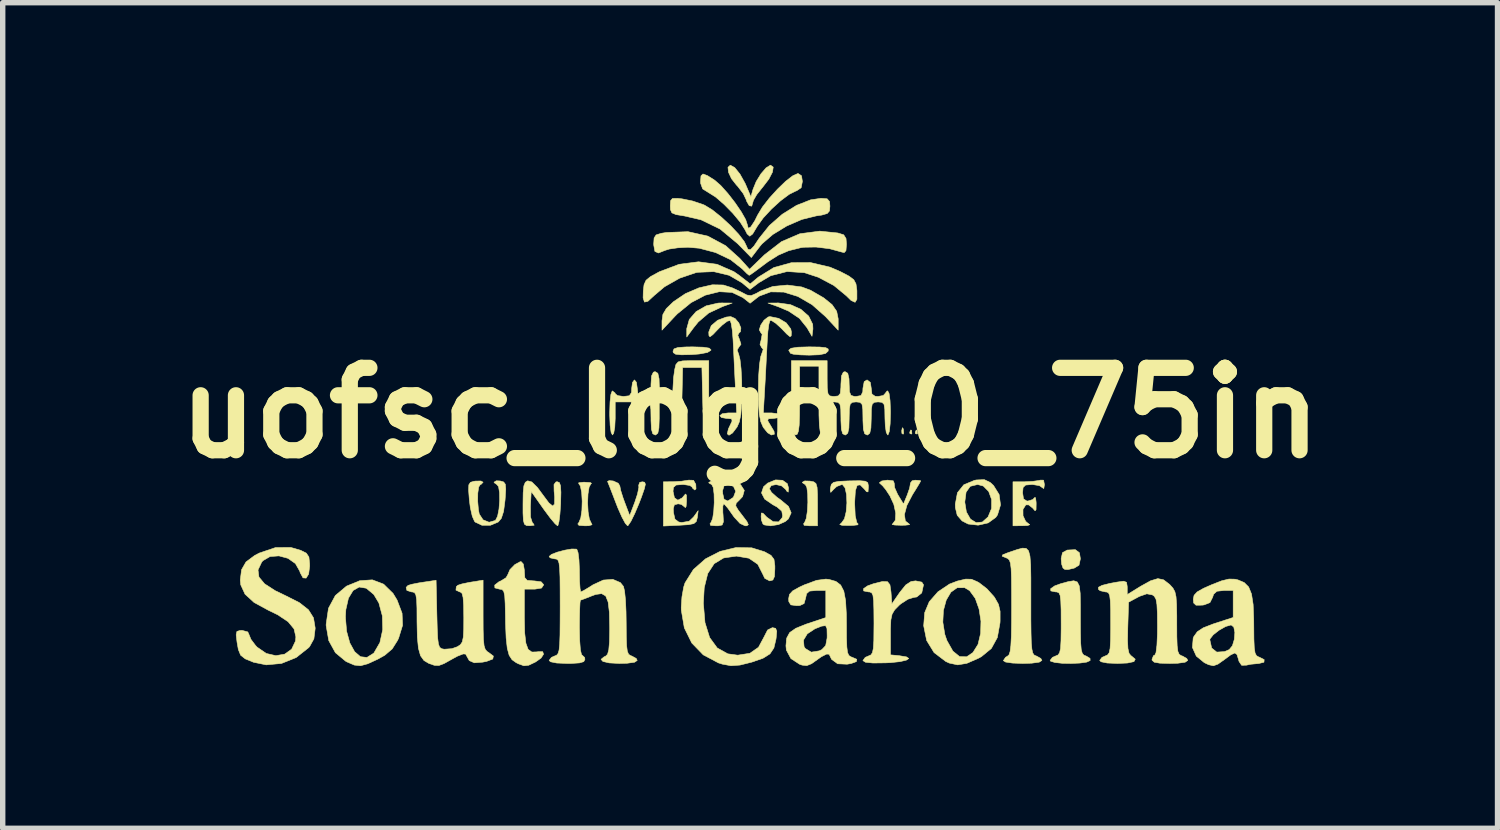
<source format=kicad_pcb>
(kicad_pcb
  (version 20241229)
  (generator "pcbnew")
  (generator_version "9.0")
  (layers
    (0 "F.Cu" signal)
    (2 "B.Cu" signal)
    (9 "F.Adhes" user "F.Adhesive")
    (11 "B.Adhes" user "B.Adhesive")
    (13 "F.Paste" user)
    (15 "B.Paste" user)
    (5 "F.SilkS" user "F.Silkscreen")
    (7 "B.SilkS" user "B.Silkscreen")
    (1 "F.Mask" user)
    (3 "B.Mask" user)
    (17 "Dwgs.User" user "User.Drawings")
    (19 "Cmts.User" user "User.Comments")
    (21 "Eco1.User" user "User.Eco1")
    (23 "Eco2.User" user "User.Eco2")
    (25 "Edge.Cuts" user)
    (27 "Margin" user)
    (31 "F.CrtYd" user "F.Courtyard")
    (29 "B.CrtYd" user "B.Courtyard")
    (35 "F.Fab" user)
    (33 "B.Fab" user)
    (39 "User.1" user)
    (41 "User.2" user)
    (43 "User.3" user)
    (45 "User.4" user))
  (footprint "uofsc_logo_0_75in"
    (layer "F.Cu")
    (at 10.82 4.586)
    (property "Reference" "uofsc_logo_0_75in" (at 0 0 0) (layer "F.SilkS") (effects (font (size 1.524 1.524) (thickness 0.3))))
    (attr through_hole)
    (fp_poly (pts (xy 2.834 0.296) (xy 2.84 0.375) (xy 2.83 0.393) (xy 2.807 0.378) (xy 2.804 0.327) (xy 2.816 0.272) (xy 2.834 0.296)) (stroke (width 0.01) (type solid)) (fill yes) (layer "F.SilkS"))
    (fp_poly (pts (xy 2.986 0.322) (xy 2.992 0.383) (xy 2.986 0.39) (xy 2.956 0.383) (xy 2.952 0.356) (xy 2.971 0.314) (xy 2.986 0.322)) (stroke (width 0.01) (type solid)) (fill yes) (layer "F.SilkS"))
    (fp_poly (pts (xy 3.088 0.322) (xy 3.094 0.383) (xy 3.088 0.39) (xy 3.058 0.383) (xy 3.054 0.356) (xy 3.073 0.314) (xy 3.088 0.322)) (stroke (width 0.01) (type solid)) (fill yes) (layer "F.SilkS"))
    (fp_poly (pts (xy -0.331 -2.032) (xy -0.513 -1.966) (xy -0.765 -1.848) (xy -0.959 -1.682) (xy -1.046 -1.574) (xy -1.171 -1.405) (xy -1.171 -1.559) (xy -1.124 -1.729) (xy -0.997 -1.875) (xy -0.811 -1.981) (xy -0.589 -2.032) (xy -0.525 -2.034) (xy -0.331 -2.032)) (stroke (width 0.01) (type solid)) (fill yes) (layer "F.SilkS"))
    (fp_poly (pts (xy 0.746 -2.003) (xy 0.939 -1.917) (xy 1.083 -1.791) (xy 1.158 -1.639) (xy 1.162 -1.553) (xy 1.145 -1.417) (xy 1.053 -1.575) (xy 0.913 -1.749) (xy 0.711 -1.884) (xy 0.521 -1.964) (xy 0.331 -2.032) (xy 0.524 -2.034) (xy 0.746 -2.003)) (stroke (width 0.01) (type solid)) (fill yes) (layer "F.SilkS"))
    (fp_poly (pts (xy 6.09 2.585) (xy 6.108 2.696) (xy 6.082 2.815) (xy 5.994 2.869) (xy 5.878 2.896) (xy 5.819 2.893) (xy 5.786 2.867) (xy 5.761 2.796) (xy 5.752 2.695) (xy 5.777 2.583) (xy 5.865 2.535) (xy 5.868 2.535) (xy 6.015 2.528) (xy 6.09 2.585)) (stroke (width 0.01) (type solid)) (fill yes) (layer "F.SilkS"))
    (fp_poly (pts (xy 1.288 -1.219) (xy 1.4 -1.207) (xy 1.445 -1.182) (xy 1.444 -1.145) (xy 1.395 -1.1) (xy 1.28 -1.076) (xy 1.097 -1.069) (xy 0.926 -1.074) (xy 0.798 -1.087) (xy 0.747 -1.103) (xy 0.714 -1.16) (xy 0.757 -1.196) (xy 0.884 -1.216) (xy 1.093 -1.222) (xy 1.288 -1.219)) (stroke (width 0.01) (type solid)) (fill yes) (layer "F.SilkS"))
    (fp_poly (pts (xy -0.867 -1.216) (xy -0.757 -1.199) (xy -0.723 -1.168) (xy -0.725 -1.158) (xy -0.789 -1.118) (xy -0.942 -1.09) (xy -1.086 -1.079) (xy -1.271 -1.075) (xy -1.376 -1.086) (xy -1.42 -1.115) (xy -1.425 -1.143) (xy -1.406 -1.185) (xy -1.336 -1.21) (xy -1.196 -1.22) (xy -1.065 -1.222) (xy -0.867 -1.216)) (stroke (width 0.01) (type solid)) (fill yes) (layer "F.SilkS"))
    (fp_poly (pts (xy 1.107 1.26) (xy 1.177 1.274) (xy 1.218 1.305) (xy 1.239 1.376) (xy 1.246 1.508) (xy 1.247 1.684) (xy 1.247 2.087) (xy 1.097 2.087) (xy 0.999 2.078) (xy 0.99 2.047) (xy 1.008 2.026) (xy 1.039 1.95) (xy 1.059 1.817) (xy 1.068 1.656) (xy 1.065 1.5) (xy 1.05 1.379) (xy 1.022 1.324) (xy 1.018 1.323) (xy 0.969 1.291) (xy 0.967 1.281) (xy 1.01 1.257) (xy 1.107 1.26)) (stroke (width 0.01) (type solid)) (fill yes) (layer "F.SilkS"))
    (fp_poly (pts (xy -2.955 1.287) (xy -2.931 1.302) (xy -2.94 1.306) (xy -2.976 1.369) (xy -2.997 1.498) (xy -3.004 1.663) (xy -2.995 1.829) (xy -2.972 1.963) (xy -2.942 2.026) (xy -2.922 2.067) (xy -2.982 2.085) (xy -3.054 2.087) (xy -3.164 2.079) (xy -3.186 2.052) (xy -3.166 2.026) (xy -3.131 1.942) (xy -3.11 1.8) (xy -3.105 1.632) (xy -3.114 1.471) (xy -3.138 1.351) (xy -3.169 1.306) (xy -3.168 1.29) (xy -3.086 1.281) (xy -3.054 1.281) (xy -2.955 1.287)) (stroke (width 0.01) (type solid)) (fill yes) (layer "F.SilkS"))
    (fp_poly (pts (xy -2.53 1.258) (xy -2.438 1.3) (xy -2.409 1.349) (xy -2.392 1.434) (xy -2.348 1.573) (xy -2.317 1.658) (xy -2.226 1.898) (xy -2.131 1.649) (xy -2.081 1.496) (xy -2.057 1.376) (xy -2.06 1.336) (xy -2.04 1.283) (xy -1.991 1.273) (xy -1.95 1.281) (xy -1.936 1.318) (xy -1.955 1.402) (xy -2.007 1.551) (xy -2.056 1.678) (xy -2.134 1.862) (xy -2.203 2.003) (xy -2.254 2.079) (xy -2.266 2.086) (xy -2.307 2.042) (xy -2.37 1.925) (xy -2.445 1.756) (xy -2.47 1.692) (xy -2.541 1.507) (xy -2.598 1.36) (xy -2.632 1.276) (xy -2.636 1.266) (xy -2.606 1.251) (xy -2.53 1.258)) (stroke (width 0.01) (type solid)) (fill yes) (layer "F.SilkS"))
    (fp_poly (pts (xy 0.428 -4.546) (xy 0.414 -4.454) (xy 0.346 -4.323) (xy 0.229 -4.17) (xy 0.221 -4.161) (xy 0.122 -4.036) (xy 0.061 -3.93) (xy 0.051 -3.894) (xy 0.03 -3.824) (xy -0.016 -3.833) (xy -0.062 -3.912) (xy -0.071 -3.941) (xy -0.126 -4.056) (xy -0.226 -4.187) (xy -0.254 -4.217) (xy -0.344 -4.332) (xy -0.399 -4.45) (xy -0.409 -4.542) (xy -0.367 -4.581) (xy -0.364 -4.581) (xy -0.284 -4.537) (xy -0.188 -4.418) (xy -0.093 -4.248) (xy -0.071 -4.198) (xy 0.015 -3.996) (xy 0.054 -4.134) (xy 0.113 -4.279) (xy 0.201 -4.422) (xy 0.296 -4.532) (xy 0.375 -4.581) (xy 0.38 -4.581) (xy 0.428 -4.546)) (stroke (width 0.01) (type solid)) (fill yes) (layer "F.SilkS"))
    (fp_poly (pts (xy 4.44 1.285) (xy 4.501 1.341) (xy 4.605 1.508) (xy 4.631 1.701) (xy 4.575 1.885) (xy 4.542 1.932) (xy 4.402 2.033) (xy 4.218 2.075) (xy 4.032 2.054) (xy 3.92 1.996) (xy 3.83 1.892) (xy 3.796 1.751) (xy 3.794 1.685) (xy 3.802 1.648) (xy 3.97 1.648) (xy 4 1.832) (xy 4.075 1.963) (xy 4.18 2.028) (xy 4.295 2.017) (xy 4.4 1.923) (xy 4.465 1.766) (xy 4.466 1.6) (xy 4.412 1.452) (xy 4.312 1.351) (xy 4.207 1.323) (xy 4.07 1.357) (xy 3.994 1.465) (xy 3.97 1.648) (xy 3.802 1.648) (xy 3.834 1.475) (xy 3.952 1.328) (xy 4.149 1.246) (xy 4.186 1.239) (xy 4.331 1.233) (xy 4.44 1.285)) (stroke (width 0.01) (type solid)) (fill yes) (layer "F.SilkS"))
    (fp_poly (pts (xy 2.648 1.255) (xy 2.665 1.299) (xy 2.673 1.381) (xy 2.726 1.5) (xy 2.739 1.523) (xy 2.837 1.684) (xy 2.906 1.516) (xy 2.95 1.39) (xy 2.965 1.302) (xy 2.965 1.296) (xy 2.997 1.254) (xy 3.054 1.243) (xy 3.137 1.249) (xy 3.156 1.256) (xy 3.131 1.302) (xy 3.067 1.408) (xy 3.003 1.51) (xy 2.899 1.71) (xy 2.854 1.878) (xy 2.871 1.998) (xy 2.94 2.052) (xy 2.949 2.066) (xy 2.874 2.075) (xy 2.8 2.077) (xy 2.678 2.073) (xy 2.626 2.062) (xy 2.634 2.053) (xy 2.686 1.983) (xy 2.693 1.852) (xy 2.658 1.691) (xy 2.585 1.533) (xy 2.507 1.415) (xy 2.445 1.341) (xy 2.433 1.332) (xy 2.39 1.292) (xy 2.434 1.258) (xy 2.541 1.242) (xy 2.648 1.255)) (stroke (width 0.01) (type solid)) (fill yes) (layer "F.SilkS"))
    (fp_poly (pts (xy 5.427 1.243) (xy 5.443 1.326) (xy 5.442 1.331) (xy 5.431 1.398) (xy 5.413 1.387) (xy 5.349 1.344) (xy 5.229 1.324) (xy 5.213 1.323) (xy 5.095 1.333) (xy 5.048 1.378) (xy 5.039 1.476) (xy 5.056 1.589) (xy 5.116 1.628) (xy 5.137 1.629) (xy 5.23 1.6) (xy 5.26 1.565) (xy 5.278 1.566) (xy 5.289 1.647) (xy 5.29 1.677) (xy 5.288 1.788) (xy 5.27 1.81) (xy 5.225 1.758) (xy 5.15 1.699) (xy 5.098 1.7) (xy 5.046 1.783) (xy 5.047 1.901) (xy 5.096 2.005) (xy 5.128 2.032) (xy 5.171 2.066) (xy 5.131 2.082) (xy 5.039 2.085) (xy 4.861 2.087) (xy 4.861 1.273) (xy 5.073 1.273) (xy 5.227 1.265) (xy 5.347 1.248) (xy 5.366 1.242) (xy 5.427 1.243)) (stroke (width 0.01) (type solid)) (fill yes) (layer "F.SilkS"))
    (fp_poly (pts (xy 0.6 1.245) (xy 0.689 1.308) (xy 0.711 1.388) (xy 0.705 1.464) (xy 0.678 1.446) (xy 0.658 1.413) (xy 0.582 1.348) (xy 0.48 1.324) (xy 0.392 1.342) (xy 0.356 1.399) (xy 0.396 1.469) (xy 0.498 1.56) (xy 0.56 1.603) (xy 0.71 1.728) (xy 0.76 1.847) (xy 0.708 1.959) (xy 0.65 2.008) (xy 0.525 2.064) (xy 0.381 2.087) (xy 0.265 2.071) (xy 0.238 2.053) (xy 0.209 1.979) (xy 0.204 1.916) (xy 0.208 1.85) (xy 0.238 1.854) (xy 0.31 1.928) (xy 0.427 2.011) (xy 0.529 2.014) (xy 0.593 1.937) (xy 0.601 1.901) (xy 0.586 1.815) (xy 0.499 1.739) (xy 0.423 1.698) (xy 0.27 1.593) (xy 0.211 1.479) (xy 0.249 1.365) (xy 0.327 1.296) (xy 0.47 1.238) (xy 0.6 1.245)) (stroke (width 0.01) (type solid)) (fill yes) (layer "F.SilkS"))
    (fp_poly (pts (xy 2.13 1.262) (xy 2.176 1.289) (xy 2.187 1.344) (xy 2.187 1.374) (xy 2.181 1.46) (xy 2.152 1.455) (xy 2.118 1.413) (xy 2.036 1.33) (xy 1.98 1.338) (xy 1.947 1.437) (xy 1.935 1.633) (xy 1.934 1.676) (xy 1.944 1.9) (xy 1.973 2.026) (xy 1.998 2.053) (xy 1.992 2.069) (xy 1.905 2.079) (xy 1.832 2.081) (xy 1.7 2.078) (xy 1.658 2.063) (xy 1.692 2.032) (xy 1.745 1.957) (xy 1.777 1.825) (xy 1.79 1.665) (xy 1.783 1.508) (xy 1.756 1.385) (xy 1.709 1.325) (xy 1.698 1.323) (xy 1.601 1.36) (xy 1.544 1.413) (xy 1.492 1.469) (xy 1.482 1.438) (xy 1.487 1.383) (xy 1.503 1.319) (xy 1.546 1.283) (xy 1.641 1.265) (xy 1.81 1.257) (xy 1.845 1.256) (xy 2.027 1.253) (xy 2.13 1.262)) (stroke (width 0.01) (type solid)) (fill yes) (layer "F.SilkS"))
    (fp_poly (pts (xy -4.036 1.276) (xy -3.932 1.379) (xy -3.833 1.513) (xy -3.721 1.663) (xy -3.65 1.721) (xy -3.616 1.684) (xy -3.614 1.553) (xy -3.624 1.445) (xy -3.626 1.323) (xy -3.589 1.275) (xy -3.566 1.272) (xy -3.526 1.288) (xy -3.505 1.347) (xy -3.498 1.468) (xy -3.503 1.671) (xy -3.503 1.68) (xy -3.516 1.869) (xy -3.534 2.011) (xy -3.554 2.083) (xy -3.56 2.087) (xy -3.606 2.048) (xy -3.692 1.946) (xy -3.801 1.8) (xy -3.823 1.769) (xy -4.047 1.451) (xy -4.062 1.726) (xy -4.06 1.924) (xy -4.026 2.03) (xy -4.011 2.043) (xy -3.992 2.075) (xy -4.07 2.086) (xy -4.072 2.086) (xy -4.135 2.082) (xy -4.173 2.056) (xy -4.192 1.985) (xy -4.199 1.851) (xy -4.199 1.682) (xy -4.196 1.475) (xy -4.183 1.348) (xy -4.156 1.282) (xy -4.113 1.255) (xy -4.036 1.276)) (stroke (width 0.01) (type solid)) (fill yes) (layer "F.SilkS"))
    (fp_poly (pts (xy 6.05 3.125) (xy 6.087 3.198) (xy 6.104 3.334) (xy 6.108 3.549) (xy 6.108 3.786) (xy 6.109 4.061) (xy 6.113 4.251) (xy 6.123 4.373) (xy 6.142 4.443) (xy 6.171 4.478) (xy 6.214 4.495) (xy 6.215 4.495) (xy 6.286 4.538) (xy 6.288 4.578) (xy 6.225 4.607) (xy 6.098 4.625) (xy 5.936 4.632) (xy 5.772 4.629) (xy 5.635 4.614) (xy 5.557 4.59) (xy 5.548 4.576) (xy 5.591 4.52) (xy 5.65 4.494) (xy 5.694 4.475) (xy 5.723 4.434) (xy 5.741 4.353) (xy 5.749 4.212) (xy 5.752 3.996) (xy 5.752 3.888) (xy 5.751 3.638) (xy 5.745 3.473) (xy 5.733 3.374) (xy 5.71 3.326) (xy 5.674 3.31) (xy 5.65 3.309) (xy 5.561 3.291) (xy 5.558 3.25) (xy 5.632 3.198) (xy 5.739 3.159) (xy 5.884 3.119) (xy 5.985 3.103) (xy 6.05 3.125)) (stroke (width 0.01) (type solid)) (fill yes) (layer "F.SilkS"))
    (fp_poly (pts (xy -0.495 -2.366) (xy -0.333 -2.315) (xy -0.17 -2.239) (xy -0.165 -2.236) (xy -0.058 -2.18) (xy 0.02 -2.17) (xy 0.114 -2.21) (xy 0.19 -2.253) (xy 0.419 -2.339) (xy 0.689 -2.365) (xy 0.955 -2.33) (xy 1.12 -2.268) (xy 1.36 -2.129) (xy 1.515 -2.004) (xy 1.601 -1.88) (xy 1.629 -1.741) (xy 1.629 -1.727) (xy 1.629 -1.531) (xy 1.395 -1.782) (xy 1.146 -2.002) (xy 0.884 -2.154) (xy 0.623 -2.235) (xy 0.381 -2.239) (xy 0.173 -2.162) (xy 0.134 -2.134) (xy 0 -2.029) (xy -0.134 -2.134) (xy -0.333 -2.229) (xy -0.569 -2.242) (xy -0.828 -2.178) (xy -1.091 -2.04) (xy -1.344 -1.834) (xy -1.395 -1.782) (xy -1.629 -1.531) (xy -1.629 -1.703) (xy -1.612 -1.823) (xy -1.549 -1.93) (xy -1.419 -2.055) (xy -1.414 -2.059) (xy -1.196 -2.206) (xy -0.947 -2.313) (xy -0.699 -2.37) (xy -0.495 -2.366)) (stroke (width 0.01) (type solid)) (fill yes) (layer "F.SilkS"))
    (fp_poly (pts (xy -4.618 1.258) (xy -4.557 1.276) (xy -4.526 1.318) (xy -4.518 1.408) (xy -4.528 1.57) (xy -4.531 1.612) (xy -4.558 1.82) (xy -4.6 1.949) (xy -4.656 2.016) (xy -4.802 2.077) (xy -4.958 2.077) (xy -5.083 2.018) (xy -5.096 2.003) (xy -5.137 1.91) (xy -5.173 1.752) (xy -5.192 1.6) (xy -5.205 1.426) (xy -5.201 1.329) (xy -5.171 1.283) (xy -5.108 1.264) (xy -5.078 1.26) (xy -4.977 1.258) (xy -4.937 1.281) (xy -4.976 1.322) (xy -4.988 1.323) (xy -5.018 1.369) (xy -5.035 1.482) (xy -5.037 1.632) (xy -5.024 1.784) (xy -5.008 1.869) (xy -4.938 1.976) (xy -4.826 2.021) (xy -4.712 1.988) (xy -4.706 1.983) (xy -4.669 1.909) (xy -4.643 1.777) (xy -4.631 1.622) (xy -4.633 1.473) (xy -4.651 1.363) (xy -4.683 1.323) (xy -4.732 1.29) (xy -4.734 1.28) (xy -4.692 1.254) (xy -4.618 1.258)) (stroke (width 0.01) (type solid)) (fill yes) (layer "F.SilkS"))
    (fp_poly (pts (xy 1.425 -3.96) (xy 1.469 -3.91) (xy 1.476 -3.824) (xy 1.468 -3.736) (xy 1.427 -3.688) (xy 1.326 -3.659) (xy 1.223 -3.644) (xy 0.956 -3.578) (xy 0.677 -3.457) (xy 0.42 -3.3) (xy 0.22 -3.127) (xy 0.179 -3.078) (xy 0.023 -2.873) (xy -0.23 -3.131) (xy -0.554 -3.4) (xy -0.908 -3.572) (xy -1.216 -3.643) (xy -1.369 -3.668) (xy -1.446 -3.7) (xy -1.473 -3.76) (xy -1.476 -3.831) (xy -1.47 -3.925) (xy -1.435 -3.966) (xy -1.341 -3.968) (xy -1.258 -3.959) (xy -1.062 -3.919) (xy -0.865 -3.852) (xy -0.838 -3.84) (xy -0.696 -3.753) (xy -0.529 -3.619) (xy -0.359 -3.462) (xy -0.211 -3.304) (xy -0.107 -3.168) (xy -0.077 -3.107) (xy -0.041 -3.027) (xy 0.005 -3.018) (xy 0.072 -3.086) (xy 0.169 -3.231) (xy 0.357 -3.466) (xy 0.595 -3.674) (xy 0.858 -3.838) (xy 1.12 -3.941) (xy 1.311 -3.969) (xy 1.425 -3.96)) (stroke (width 0.01) (type solid)) (fill yes) (layer "F.SilkS"))
    (fp_poly (pts (xy -1.046 1.245) (xy -1.004 1.319) (xy -1 1.403) (xy -1.023 1.425) (xy -1.068 1.386) (xy -1.069 1.374) (xy -1.114 1.341) (xy -1.224 1.324) (xy -1.247 1.323) (xy -1.368 1.333) (xy -1.417 1.376) (xy -1.425 1.448) (xy -1.399 1.568) (xy -1.336 1.613) (xy -1.255 1.57) (xy -1.239 1.551) (xy -1.194 1.498) (xy -1.176 1.521) (xy -1.175 1.632) (xy -1.183 1.73) (xy -1.2 1.752) (xy -1.204 1.743) (xy -1.27 1.691) (xy -1.331 1.68) (xy -1.4 1.698) (xy -1.42 1.771) (xy -1.416 1.845) (xy -1.389 1.964) (xy -1.321 2.016) (xy -1.265 2.026) (xy -1.126 2.002) (xy -1.045 1.924) (xy -0.96 1.807) (xy -0.976 1.934) (xy -0.994 2.006) (xy -1.04 2.046) (xy -1.14 2.066) (xy -1.298 2.076) (xy -1.603 2.091) (xy -1.603 1.273) (xy -1.425 1.272) (xy -1.27 1.263) (xy -1.142 1.243) (xy -1.14 1.242) (xy -1.046 1.245)) (stroke (width 0.01) (type solid)) (fill yes) (layer "F.SilkS"))
    (fp_poly (pts (xy -6.776 3.166) (xy -6.602 3.337) (xy -6.528 3.459) (xy -6.435 3.704) (xy -6.426 3.927) (xy -6.499 4.164) (xy -6.519 4.206) (xy -6.618 4.363) (xy -6.756 4.481) (xy -6.885 4.553) (xy -7.07 4.638) (xy -7.203 4.674) (xy -7.319 4.662) (xy -7.451 4.605) (xy -7.479 4.59) (xy -7.668 4.433) (xy -7.791 4.209) (xy -7.839 3.933) (xy -7.839 3.905) (xy -7.82 3.775) (xy -7.483 3.775) (xy -7.461 4.037) (xy -7.401 4.254) (xy -7.313 4.414) (xy -7.205 4.507) (xy -7.085 4.521) (xy -6.964 4.445) (xy -6.954 4.435) (xy -6.845 4.246) (xy -6.793 4.007) (xy -6.8 3.752) (xy -6.864 3.514) (xy -6.958 3.357) (xy -7.097 3.241) (xy -7.228 3.219) (xy -7.341 3.283) (xy -7.427 3.425) (xy -7.475 3.637) (xy -7.483 3.775) (xy -7.82 3.775) (xy -7.796 3.612) (xy -7.669 3.376) (xy -7.462 3.202) (xy -7.218 3.102) (xy -6.985 3.086) (xy -6.776 3.166)) (stroke (width 0.01) (type solid)) (fill yes) (layer "F.SilkS"))
    (fp_poly (pts (xy -0.611 -2.749) (xy -0.298 -2.612) (xy -0.19 -2.536) (xy 0.003 -2.386) (xy 0.152 -2.511) (xy 0.438 -2.688) (xy 0.765 -2.779) (xy 1.117 -2.781) (xy 1.478 -2.696) (xy 1.671 -2.613) (xy 1.829 -2.53) (xy 1.917 -2.464) (xy 1.958 -2.387) (xy 1.974 -2.274) (xy 1.975 -2.252) (xy 1.975 -2.102) (xy 1.942 -2.046) (xy 1.867 -2.081) (xy 1.778 -2.168) (xy 1.549 -2.357) (xy 1.263 -2.509) (xy 1.002 -2.594) (xy 0.684 -2.615) (xy 0.382 -2.538) (xy 0.164 -2.41) (xy -0.002 -2.284) (xy -0.149 -2.407) (xy -0.387 -2.545) (xy -0.671 -2.613) (xy -0.966 -2.601) (xy -1.004 -2.594) (xy -1.303 -2.492) (xy -1.583 -2.333) (xy -1.778 -2.168) (xy -1.889 -2.065) (xy -1.953 -2.05) (xy -1.978 -2.128) (xy -1.975 -2.251) (xy -1.961 -2.372) (xy -1.924 -2.453) (xy -1.843 -2.52) (xy -1.694 -2.602) (xy -1.675 -2.612) (xy -1.312 -2.749) (xy -0.953 -2.795) (xy -0.611 -2.749)) (stroke (width 0.01) (type solid)) (fill yes) (layer "F.SilkS"))
    (fp_poly (pts (xy 0.951 -4.386) (xy 0.967 -4.281) (xy 0.944 -4.164) (xy 0.861 -4.108) (xy 0.846 -4.104) (xy 0.722 -4.042) (xy 0.563 -3.923) (xy 0.395 -3.77) (xy 0.244 -3.607) (xy 0.136 -3.457) (xy 0.126 -3.441) (xy 0.048 -3.31) (xy -0.006 -3.268) (xy -0.055 -3.311) (xy -0.093 -3.387) (xy -0.181 -3.526) (xy -0.319 -3.692) (xy -0.48 -3.856) (xy -0.638 -3.993) (xy -0.765 -4.073) (xy -0.765 -4.073) (xy -0.877 -4.143) (xy -0.915 -4.248) (xy -0.916 -4.282) (xy -0.908 -4.384) (xy -0.871 -4.419) (xy -0.789 -4.389) (xy -0.654 -4.303) (xy -0.543 -4.206) (xy -0.412 -4.06) (xy -0.279 -3.889) (xy -0.163 -3.719) (xy -0.081 -3.574) (xy -0.051 -3.481) (xy -0.034 -3.415) (xy 0.013 -3.44) (xy 0.085 -3.55) (xy 0.14 -3.66) (xy 0.228 -3.807) (xy 0.357 -3.973) (xy 0.507 -4.138) (xy 0.657 -4.283) (xy 0.79 -4.386) (xy 0.884 -4.428) (xy 0.888 -4.428) (xy 0.951 -4.386)) (stroke (width 0.01) (type solid)) (fill yes) (layer "F.SilkS"))
    (fp_poly (pts (xy 1.622 -3.328) (xy 1.731 -3.294) (xy 1.774 -3.226) (xy 1.782 -3.119) (xy 1.773 -3.002) (xy 1.74 -2.965) (xy 1.692 -2.976) (xy 1.47 -3.037) (xy 1.218 -3.068) (xy 0.991 -3.064) (xy 0.942 -3.057) (xy 0.713 -3) (xy 0.524 -2.919) (xy 0.327 -2.794) (xy 0.24 -2.729) (xy 0.109 -2.631) (xy 0.016 -2.564) (xy -0.017 -2.545) (xy -0.059 -2.578) (xy -0.139 -2.658) (xy -0.146 -2.665) (xy -0.361 -2.834) (xy -0.638 -2.966) (xy -0.94 -3.046) (xy -1.15 -3.064) (xy -1.336 -3.054) (xy -1.493 -3.031) (xy -1.571 -3.007) (xy -1.695 -2.958) (xy -1.76 -2.987) (xy -1.781 -3.102) (xy -1.782 -3.127) (xy -1.775 -3.235) (xy -1.738 -3.292) (xy -1.643 -3.322) (xy -1.548 -3.337) (xy -1.148 -3.352) (xy -0.782 -3.27) (xy -0.452 -3.093) (xy -0.191 -2.858) (xy -0.01 -2.657) (xy 0.266 -2.924) (xy 0.581 -3.168) (xy 0.921 -3.314) (xy 1.289 -3.362) (xy 1.622 -3.328)) (stroke (width 0.01) (type solid)) (fill yes) (layer "F.SilkS"))
    (fp_poly (pts (xy 5.104 2.504) (xy 5.149 2.549) (xy 5.175 2.647) (xy 5.188 2.808) (xy 5.192 3.046) (xy 5.192 3.37) (xy 5.192 3.481) (xy 5.192 3.821) (xy 5.195 4.073) (xy 5.2 4.251) (xy 5.211 4.368) (xy 5.227 4.438) (xy 5.25 4.474) (xy 5.283 4.491) (xy 5.294 4.494) (xy 5.376 4.539) (xy 5.396 4.576) (xy 5.347 4.608) (xy 5.208 4.627) (xy 5.039 4.632) (xy 4.85 4.625) (xy 4.724 4.606) (xy 4.683 4.58) (xy 4.724 4.518) (xy 4.759 4.498) (xy 4.788 4.472) (xy 4.808 4.411) (xy 4.822 4.301) (xy 4.831 4.128) (xy 4.835 3.88) (xy 4.836 3.589) (xy 4.835 3.271) (xy 4.833 3.04) (xy 4.827 2.881) (xy 4.815 2.78) (xy 4.795 2.722) (xy 4.766 2.692) (xy 4.726 2.675) (xy 4.721 2.673) (xy 4.66 2.648) (xy 4.672 2.622) (xy 4.768 2.584) (xy 4.81 2.57) (xy 4.939 2.526) (xy 5.036 2.5) (xy 5.104 2.504)) (stroke (width 0.01) (type solid)) (fill yes) (layer "F.SilkS"))
    (fp_poly (pts (xy 4.094 3.075) (xy 4.201 3.121) (xy 4.235 3.14) (xy 4.378 3.25) (xy 4.507 3.393) (xy 4.522 3.413) (xy 4.593 3.539) (xy 4.623 3.668) (xy 4.623 3.844) (xy 4.621 3.882) (xy 4.572 4.153) (xy 4.461 4.355) (xy 4.277 4.506) (xy 4.222 4.536) (xy 4.007 4.63) (xy 3.838 4.658) (xy 3.683 4.625) (xy 3.618 4.595) (xy 3.402 4.431) (xy 3.265 4.207) (xy 3.21 3.935) (xy 3.215 3.869) (xy 3.564 3.869) (xy 3.601 4.096) (xy 3.64 4.209) (xy 3.75 4.404) (xy 3.873 4.505) (xy 4.004 4.509) (xy 4.12 4.431) (xy 4.215 4.279) (xy 4.263 4.076) (xy 4.269 3.85) (xy 4.234 3.626) (xy 4.164 3.429) (xy 4.06 3.286) (xy 3.968 3.231) (xy 3.829 3.232) (xy 3.713 3.314) (xy 3.627 3.46) (xy 3.575 3.651) (xy 3.564 3.869) (xy 3.215 3.869) (xy 3.229 3.692) (xy 3.313 3.491) (xy 3.474 3.307) (xy 3.687 3.164) (xy 3.834 3.108) (xy 3.988 3.072) (xy 4.094 3.075)) (stroke (width 0.01) (type solid)) (fill yes) (layer "F.SilkS"))
    (fp_poly (pts (xy -4.193 2.794) (xy -4.174 2.909) (xy -4.174 2.927) (xy -4.166 3.046) (xy -4.122 3.095) (xy -4.009 3.105) (xy -3.996 3.105) (xy -3.864 3.122) (xy -3.818 3.174) (xy -3.818 3.181) (xy -3.856 3.238) (xy -3.98 3.258) (xy -3.996 3.258) (xy -4.174 3.258) (xy -4.174 3.786) (xy -4.168 4.066) (xy -4.146 4.257) (xy -4.104 4.372) (xy -4.036 4.421) (xy -3.938 4.418) (xy -3.92 4.414) (xy -3.835 4.414) (xy -3.819 4.461) (xy -3.865 4.532) (xy -3.968 4.605) (xy -4.094 4.665) (xy -4.182 4.675) (xy -4.282 4.639) (xy -4.326 4.617) (xy -4.401 4.564) (xy -4.455 4.481) (xy -4.49 4.352) (xy -4.511 4.162) (xy -4.522 3.892) (xy -4.524 3.754) (xy -4.529 3.526) (xy -4.537 3.381) (xy -4.555 3.3) (xy -4.585 3.265) (xy -4.632 3.258) (xy -4.632 3.258) (xy -4.719 3.235) (xy -4.722 3.183) (xy -4.645 3.122) (xy -4.607 3.105) (xy -4.512 3.046) (xy -4.479 2.987) (xy -4.44 2.896) (xy -4.35 2.804) (xy -4.252 2.751) (xy -4.234 2.749) (xy -4.193 2.794)) (stroke (width 0.01) (type solid)) (fill yes) (layer "F.SilkS"))
    (fp_poly (pts (xy -0.278 -1.747) (xy -0.209 -1.666) (xy -0.17 -1.572) (xy -0.178 -1.501) (xy -0.2 -1.486) (xy -0.227 -1.438) (xy -0.198 -1.364) (xy -0.168 -1.27) (xy -0.204 -1.222) (xy -0.239 -1.165) (xy -0.209 -1.079) (xy -0.186 -0.986) (xy -0.167 -0.817) (xy -0.155 -0.601) (xy -0.153 -0.431) (xy -0.157 -0.16) (xy -0.171 0.031) (xy -0.199 0.165) (xy -0.24 0.259) (xy -0.324 0.37) (xy -0.39 0.412) (xy -0.422 0.386) (xy -0.4 0.292) (xy -0.382 0.255) (xy -0.333 0.151) (xy -0.341 0.11) (xy -0.415 0.102) (xy -0.431 0.102) (xy -0.528 0.085) (xy -0.56 0.051) (xy -0.516 0.015) (xy -0.409 0.000023) (xy -0.404 0) (xy -0.248 0) (xy -0.274 -0.522) (xy -0.287 -0.785) (xy -0.3 -1.052) (xy -0.311 -1.278) (xy -0.315 -1.357) (xy -0.329 -1.529) (xy -0.35 -1.657) (xy -0.368 -1.709) (xy -0.421 -1.697) (xy -0.515 -1.625) (xy -0.585 -1.557) (xy -0.689 -1.448) (xy -0.742 -1.408) (xy -0.761 -1.431) (xy -0.764 -1.497) (xy -0.718 -1.614) (xy -0.6 -1.714) (xy -0.442 -1.773) (xy -0.358 -1.782) (xy -0.278 -1.747)) (stroke (width 0.01) (type solid)) (fill yes) (layer "F.SilkS"))
    (fp_poly (pts (xy 3.175 3.128) (xy 3.207 3.177) (xy 3.174 3.328) (xy 3.081 3.403) (xy 3.029 3.41) (xy 2.919 3.444) (xy 2.789 3.528) (xy 2.754 3.558) (xy 2.673 3.641) (xy 2.626 3.72) (xy 2.603 3.826) (xy 2.596 3.989) (xy 2.596 4.089) (xy 2.596 4.473) (xy 2.761 4.489) (xy 2.893 4.511) (xy 2.934 4.54) (xy 2.891 4.57) (xy 2.775 4.598) (xy 2.595 4.617) (xy 2.507 4.621) (xy 2.273 4.624) (xy 2.135 4.61) (xy 2.087 4.58) (xy 2.087 4.578) (xy 2.129 4.52) (xy 2.189 4.494) (xy 2.233 4.475) (xy 2.262 4.434) (xy 2.279 4.353) (xy 2.288 4.212) (xy 2.29 3.996) (xy 2.291 3.888) (xy 2.289 3.638) (xy 2.284 3.473) (xy 2.272 3.374) (xy 2.249 3.326) (xy 2.212 3.31) (xy 2.189 3.309) (xy 2.1 3.291) (xy 2.097 3.25) (xy 2.171 3.198) (xy 2.278 3.159) (xy 2.446 3.117) (xy 2.541 3.12) (xy 2.586 3.177) (xy 2.604 3.3) (xy 2.606 3.318) (xy 2.621 3.531) (xy 2.768 3.318) (xy 2.878 3.181) (xy 2.976 3.117) (xy 3.061 3.105) (xy 3.175 3.128)) (stroke (width 0.01) (type solid)) (fill yes) (layer "F.SilkS"))
    (fp_poly (pts (xy 0.031 2.494) (xy 0.267 2.567) (xy 0.387 2.634) (xy 0.442 2.707) (xy 0.458 2.827) (xy 0.458 2.882) (xy 0.451 3.024) (xy 0.421 3.089) (xy 0.362 3.105) (xy 0.272 3.059) (xy 0.234 2.979) (xy 0.142 2.798) (xy -0.022 2.686) (xy -0.252 2.647) (xy -0.253 2.647) (xy -0.489 2.681) (xy -0.664 2.787) (xy -0.783 2.969) (xy -0.848 3.232) (xy -0.864 3.52) (xy -0.834 3.877) (xy -0.748 4.153) (xy -0.607 4.346) (xy -0.412 4.454) (xy -0.229 4.479) (xy -0.004 4.444) (xy 0.156 4.333) (xy 0.255 4.148) (xy 0.324 4.013) (xy 0.412 3.97) (xy 0.472 3.982) (xy 0.493 4.036) (xy 0.482 4.159) (xy 0.478 4.187) (xy 0.44 4.346) (xy 0.367 4.455) (xy 0.238 4.536) (xy 0.03 4.608) (xy -0.187 4.662) (xy -0.354 4.674) (xy -0.515 4.644) (xy -0.585 4.622) (xy -0.866 4.473) (xy -1.078 4.254) (xy -1.216 3.974) (xy -1.272 3.645) (xy -1.273 3.596) (xy -1.26 3.401) (xy -1.228 3.22) (xy -1.203 3.142) (xy -1.048 2.895) (xy -0.824 2.698) (xy -0.555 2.56) (xy -0.262 2.489) (xy 0.031 2.494)) (stroke (width 0.01) (type solid)) (fill yes) (layer "F.SilkS"))
    (fp_poly (pts (xy 0.529 -1.749) (xy 0.668 -1.666) (xy 0.752 -1.554) (xy 0.764 -1.497) (xy 0.76 -1.425) (xy 0.738 -1.41) (xy 0.679 -1.459) (xy 0.585 -1.557) (xy 0.477 -1.657) (xy 0.396 -1.709) (xy 0.369 -1.71) (xy 0.348 -1.643) (xy 0.329 -1.506) (xy 0.319 -1.358) (xy 0.309 -1.165) (xy 0.296 -0.912) (xy 0.282 -0.641) (xy 0.275 -0.522) (xy 0.245 0) (xy 0.402 0) (xy 0.512 0.014) (xy 0.56 0.049) (xy 0.56 0.051) (xy 0.516 0.089) (xy 0.427 0.102) (xy 0.337 0.108) (xy 0.326 0.144) (xy 0.376 0.227) (xy 0.443 0.34) (xy 0.449 0.393) (xy 0.396 0.407) (xy 0.393 0.407) (xy 0.325 0.367) (xy 0.246 0.27) (xy 0.24 0.259) (xy 0.198 0.162) (xy 0.171 0.027) (xy 0.157 -0.167) (xy 0.153 -0.431) (xy 0.158 -0.68) (xy 0.173 -0.889) (xy 0.195 -1.036) (xy 0.211 -1.083) (xy 0.243 -1.175) (xy 0.213 -1.21) (xy 0.183 -1.268) (xy 0.204 -1.349) (xy 0.223 -1.454) (xy 0.197 -1.487) (xy 0.17 -1.537) (xy 0.197 -1.624) (xy 0.257 -1.714) (xy 0.333 -1.774) (xy 0.367 -1.782) (xy 0.529 -1.749)) (stroke (width 0.01) (type solid)) (fill yes) (layer "F.SilkS"))
    (fp_poly (pts (xy -0.464 1.261) (xy -0.319 1.28) (xy -0.208 1.308) (xy -0.175 1.326) (xy -0.107 1.432) (xy -0.139 1.547) (xy -0.201 1.613) (xy -0.257 1.668) (xy -0.265 1.719) (xy -0.219 1.797) (xy -0.146 1.892) (xy -0.058 2.008) (xy -0.032 2.066) (xy -0.06 2.086) (xy -0.091 2.087) (xy -0.185 2.044) (xy -0.294 1.927) (xy -0.325 1.883) (xy -0.409 1.764) (xy -0.472 1.691) (xy -0.49 1.68) (xy -0.504 1.725) (xy -0.504 1.837) (xy -0.5 1.883) (xy -0.493 2.013) (xy -0.517 2.072) (xy -0.591 2.087) (xy -0.632 2.087) (xy -0.731 2.079) (xy -0.741 2.047) (xy -0.723 2.026) (xy -0.692 1.95) (xy -0.672 1.817) (xy -0.663 1.656) (xy -0.666 1.5) (xy -0.669 1.476) (xy -0.509 1.476) (xy -0.482 1.596) (xy -0.412 1.628) (xy -0.317 1.566) (xy -0.306 1.553) (xy -0.266 1.447) (xy -0.307 1.358) (xy -0.406 1.323) (xy -0.481 1.347) (xy -0.508 1.434) (xy -0.509 1.476) (xy -0.669 1.476) (xy -0.681 1.379) (xy -0.709 1.324) (xy -0.713 1.323) (xy -0.762 1.294) (xy -0.764 1.285) (xy -0.719 1.261) (xy -0.608 1.254) (xy -0.464 1.261)) (stroke (width 0.01) (type solid)) (fill yes) (layer "F.SilkS"))
    (fp_poly (pts (xy -8.31 2.54) (xy -8.205 2.593) (xy -8.158 2.664) (xy -8.145 2.788) (xy -8.144 2.831) (xy -8.163 2.979) (xy -8.21 3.054) (xy -8.267 3.049) (xy -8.319 2.954) (xy -8.327 2.926) (xy -8.407 2.785) (xy -8.545 2.688) (xy -8.712 2.643) (xy -8.877 2.655) (xy -9.009 2.732) (xy -9.032 2.76) (xy -9.099 2.903) (xy -9.082 3.034) (xy -8.978 3.159) (xy -8.782 3.286) (xy -8.591 3.378) (xy -8.334 3.508) (xy -8.166 3.64) (xy -8.073 3.789) (xy -8.043 3.969) (xy -8.042 3.986) (xy -8.066 4.177) (xy -8.145 4.32) (xy -8.163 4.34) (xy -8.394 4.523) (xy -8.665 4.632) (xy -8.948 4.658) (xy -9.181 4.61) (xy -9.335 4.547) (xy -9.42 4.48) (xy -9.463 4.374) (xy -9.487 4.238) (xy -9.503 4.103) (xy -9.489 4.04) (xy -9.432 4.022) (xy -9.392 4.021) (xy -9.288 4.049) (xy -9.264 4.102) (xy -9.23 4.186) (xy -9.146 4.298) (xy -9.115 4.331) (xy -8.947 4.447) (xy -8.77 4.488) (xy -8.606 4.46) (xy -8.477 4.368) (xy -8.406 4.218) (xy -8.399 4.141) (xy -8.433 3.993) (xy -8.543 3.86) (xy -8.737 3.731) (xy -8.908 3.648) (xy -9.171 3.505) (xy -9.339 3.351) (xy -9.418 3.179) (xy -9.427 3.09) (xy -9.403 2.898) (xy -9.321 2.755) (xy -9.162 2.636) (xy -9.074 2.59) (xy -8.775 2.489) (xy -8.492 2.487) (xy -8.31 2.54)) (stroke (width 0.01) (type solid)) (fill yes) (layer "F.SilkS"))
    (fp_poly (pts (xy -4.937 3.733) (xy -4.936 4) (xy -4.931 4.184) (xy -4.919 4.302) (xy -4.897 4.372) (xy -4.863 4.411) (xy -4.836 4.428) (xy -4.747 4.495) (xy -4.758 4.55) (xy -4.87 4.593) (xy -4.944 4.608) (xy -5.1 4.62) (xy -5.193 4.579) (xy -5.253 4.471) (xy -5.257 4.459) (xy -5.306 4.456) (xy -5.413 4.498) (xy -5.505 4.548) (xy -5.655 4.632) (xy -5.754 4.67) (xy -5.837 4.667) (xy -5.938 4.632) (xy -5.939 4.632) (xy -6.031 4.577) (xy -6.094 4.489) (xy -6.133 4.35) (xy -6.153 4.144) (xy -6.159 3.854) (xy -6.159 3.846) (xy -6.16 3.607) (xy -6.166 3.452) (xy -6.181 3.362) (xy -6.206 3.321) (xy -6.247 3.309) (xy -6.261 3.309) (xy -6.346 3.282) (xy -6.36 3.226) (xy -6.325 3.189) (xy -6.255 3.168) (xy -6.123 3.142) (xy -6.046 3.13) (xy -5.806 3.094) (xy -5.792 3.723) (xy -5.785 3.985) (xy -5.777 4.162) (xy -5.763 4.272) (xy -5.741 4.332) (xy -5.706 4.359) (xy -5.656 4.369) (xy -5.655 4.369) (xy -5.515 4.359) (xy -5.413 4.323) (xy -5.357 4.286) (xy -5.322 4.234) (xy -5.303 4.145) (xy -5.295 3.997) (xy -5.294 3.784) (xy -5.297 3.555) (xy -5.307 3.412) (xy -5.327 3.335) (xy -5.361 3.309) (xy -5.37 3.309) (xy -5.439 3.276) (xy -5.432 3.212) (xy -5.403 3.186) (xy -5.33 3.162) (xy -5.197 3.134) (xy -5.149 3.126) (xy -4.937 3.092) (xy -4.937 3.733)) (stroke (width 0.01) (type solid)) (fill yes) (layer "F.SilkS"))
    (fp_poly (pts (xy 1.462 3.079) (xy 1.587 3.115) (xy 1.675 3.182) (xy 1.733 3.295) (xy 1.766 3.469) (xy 1.78 3.719) (xy 1.782 3.91) (xy 1.783 4.161) (xy 1.789 4.328) (xy 1.802 4.43) (xy 1.827 4.485) (xy 1.865 4.51) (xy 1.883 4.516) (xy 1.973 4.555) (xy 1.966 4.597) (xy 1.869 4.633) (xy 1.794 4.646) (xy 1.619 4.638) (xy 1.507 4.556) (xy 1.462 4.462) (xy 1.416 4.458) (xy 1.319 4.507) (xy 1.264 4.546) (xy 1.136 4.637) (xy 1.048 4.672) (xy 0.963 4.663) (xy 0.916 4.647) (xy 0.755 4.542) (xy 0.671 4.385) (xy 0.663 4.306) (xy 0.673 4.201) (xy 0.987 4.201) (xy 0.998 4.32) (xy 1.02 4.355) (xy 1.131 4.423) (xy 1.279 4.399) (xy 1.327 4.376) (xy 1.398 4.301) (xy 1.424 4.162) (xy 1.425 4.121) (xy 1.422 3.987) (xy 1.396 3.933) (xy 1.322 3.942) (xy 1.199 3.991) (xy 1.058 4.084) (xy 0.987 4.201) (xy 0.673 4.201) (xy 0.677 4.163) (xy 0.732 4.061) (xy 0.847 3.981) (xy 1.039 3.904) (xy 1.079 3.891) (xy 1.4 3.784) (xy 1.4 3.283) (xy 1.222 3.283) (xy 1.099 3.294) (xy 1.045 3.341) (xy 1.027 3.423) (xy 0.998 3.525) (xy 0.92 3.561) (xy 0.862 3.563) (xy 0.754 3.549) (xy 0.716 3.488) (xy 0.713 3.435) (xy 0.728 3.356) (xy 0.788 3.29) (xy 0.914 3.22) (xy 1.005 3.178) (xy 1.23 3.095) (xy 1.402 3.072) (xy 1.462 3.079)) (stroke (width 0.01) (type solid)) (fill yes) (layer "F.SilkS"))
    (fp_poly (pts (xy 8.967 3.074) (xy 9.021 3.087) (xy 9.137 3.136) (xy 9.219 3.218) (xy 9.272 3.348) (xy 9.302 3.542) (xy 9.313 3.816) (xy 9.314 3.937) (xy 9.316 4.181) (xy 9.323 4.342) (xy 9.338 4.439) (xy 9.364 4.489) (xy 9.405 4.512) (xy 9.417 4.516) (xy 9.506 4.561) (xy 9.502 4.609) (xy 9.407 4.633) (xy 9.404 4.633) (xy 9.256 4.647) (xy 9.177 4.664) (xy 9.089 4.666) (xy 9.041 4.594) (xy 9.032 4.561) (xy 9.003 4.467) (xy 8.963 4.438) (xy 8.888 4.473) (xy 8.776 4.556) (xy 8.652 4.644) (xy 8.567 4.675) (xy 8.479 4.655) (xy 8.399 4.617) (xy 8.251 4.496) (xy 8.179 4.336) (xy 8.191 4.194) (xy 8.501 4.194) (xy 8.535 4.347) (xy 8.629 4.422) (xy 8.773 4.413) (xy 8.86 4.376) (xy 8.919 4.304) (xy 8.954 4.187) (xy 8.964 4.06) (xy 8.944 3.959) (xy 8.895 3.92) (xy 8.795 3.948) (xy 8.673 4.017) (xy 8.564 4.102) (xy 8.504 4.179) (xy 8.501 4.194) (xy 8.191 4.194) (xy 8.193 4.164) (xy 8.205 4.136) (xy 8.269 4.046) (xy 8.38 3.973) (xy 8.563 3.902) (xy 8.602 3.889) (xy 8.933 3.782) (xy 8.933 3.283) (xy 8.757 3.283) (xy 8.632 3.297) (xy 8.571 3.352) (xy 8.552 3.41) (xy 8.503 3.507) (xy 8.395 3.549) (xy 8.359 3.554) (xy 8.246 3.555) (xy 8.202 3.514) (xy 8.195 3.445) (xy 8.21 3.372) (xy 8.266 3.31) (xy 8.384 3.243) (xy 8.526 3.18) (xy 8.719 3.104) (xy 8.856 3.071) (xy 8.967 3.074)) (stroke (width 0.01) (type solid)) (fill yes) (layer "F.SilkS"))
    (fp_poly (pts (xy 7.647 3.086) (xy 7.755 3.169) (xy 7.765 3.179) (xy 7.819 3.239) (xy 7.855 3.305) (xy 7.876 3.398) (xy 7.886 3.539) (xy 7.89 3.751) (xy 7.89 3.886) (xy 7.891 4.137) (xy 7.897 4.305) (xy 7.91 4.408) (xy 7.934 4.463) (xy 7.972 4.488) (xy 7.992 4.494) (xy 8.074 4.539) (xy 8.093 4.576) (xy 8.045 4.609) (xy 7.909 4.628) (xy 7.763 4.632) (xy 7.577 4.627) (xy 7.474 4.609) (xy 7.434 4.573) (xy 7.432 4.556) (xy 7.459 4.488) (xy 7.483 4.479) (xy 7.506 4.431) (xy 7.523 4.294) (xy 7.532 4.084) (xy 7.533 3.947) (xy 7.531 3.704) (xy 7.523 3.543) (xy 7.506 3.445) (xy 7.475 3.39) (xy 7.439 3.364) (xy 7.336 3.344) (xy 7.198 3.392) (xy 7.172 3.406) (xy 6.999 3.499) (xy 6.984 3.973) (xy 6.98 4.206) (xy 6.987 4.356) (xy 7.007 4.444) (xy 7.042 4.488) (xy 7.048 4.491) (xy 7.122 4.553) (xy 7.098 4.598) (xy 6.978 4.624) (xy 6.795 4.632) (xy 6.604 4.624) (xy 6.49 4.601) (xy 6.465 4.576) (xy 6.507 4.52) (xy 6.566 4.494) (xy 6.61 4.475) (xy 6.64 4.434) (xy 6.657 4.353) (xy 6.665 4.212) (xy 6.668 3.996) (xy 6.668 3.888) (xy 6.667 3.638) (xy 6.661 3.472) (xy 6.649 3.374) (xy 6.626 3.325) (xy 6.59 3.31) (xy 6.569 3.309) (xy 6.473 3.287) (xy 6.441 3.261) (xy 6.442 3.223) (xy 6.508 3.188) (xy 6.652 3.152) (xy 6.783 3.128) (xy 6.907 3.111) (xy 6.961 3.131) (xy 6.973 3.204) (xy 6.974 3.226) (xy 6.974 3.359) (xy 7.221 3.206) (xy 7.407 3.103) (xy 7.54 3.063) (xy 7.647 3.086)) (stroke (width 0.01) (type solid)) (fill yes) (layer "F.SilkS"))
    (fp_poly (pts (xy -3.211 2.518) (xy -3.204 2.521) (xy -3.181 2.583) (xy -3.164 2.719) (xy -3.156 2.902) (xy -3.156 2.93) (xy -3.153 3.112) (xy -3.144 3.246) (xy -3.132 3.307) (xy -3.129 3.309) (xy -3.075 3.283) (xy -2.967 3.218) (xy -2.903 3.177) (xy -2.714 3.09) (xy -2.538 3.077) (xy -2.398 3.137) (xy -2.341 3.208) (xy -2.321 3.295) (xy -2.304 3.459) (xy -2.294 3.675) (xy -2.291 3.885) (xy -2.289 4.137) (xy -2.283 4.305) (xy -2.27 4.407) (xy -2.246 4.463) (xy -2.208 4.488) (xy -2.189 4.494) (xy -2.106 4.539) (xy -2.087 4.576) (xy -2.135 4.609) (xy -2.272 4.628) (xy -2.418 4.632) (xy -2.606 4.622) (xy -2.721 4.595) (xy -2.756 4.556) (xy -2.699 4.509) (xy -2.672 4.498) (xy -2.636 4.463) (xy -2.613 4.381) (xy -2.6 4.234) (xy -2.596 4.005) (xy -2.596 3.969) (xy -2.602 3.687) (xy -2.625 3.496) (xy -2.67 3.384) (xy -2.745 3.341) (xy -2.855 3.356) (xy -2.936 3.386) (xy -3.057 3.434) (xy -3.13 3.46) (xy -3.137 3.461) (xy -3.145 3.509) (xy -3.151 3.636) (xy -3.155 3.822) (xy -3.156 3.97) (xy -3.151 4.207) (xy -3.138 4.378) (xy -3.117 4.469) (xy -3.105 4.479) (xy -3.06 4.521) (xy -3.054 4.556) (xy -3.076 4.599) (xy -3.155 4.622) (xy -3.31 4.632) (xy -3.385 4.632) (xy -3.577 4.624) (xy -3.69 4.601) (xy -3.716 4.576) (xy -3.673 4.52) (xy -3.614 4.494) (xy -3.577 4.479) (xy -3.551 4.448) (xy -3.532 4.385) (xy -3.521 4.276) (xy -3.515 4.107) (xy -3.513 3.863) (xy -3.512 3.583) (xy -3.513 3.263) (xy -3.515 3.032) (xy -3.522 2.874) (xy -3.533 2.776) (xy -3.552 2.723) (xy -3.579 2.702) (xy -3.614 2.698) (xy -3.697 2.679) (xy -3.716 2.653) (xy -3.671 2.615) (xy -3.562 2.573) (xy -3.425 2.537) (xy -3.296 2.515) (xy -3.211 2.518)) (stroke (width 0.01) (type solid)) (fill yes) (layer "F.SilkS"))
    (fp_poly (pts (xy -0.764 -0.28) (xy -0.768 0.031) (xy -0.781 0.249) (xy -0.799 0.373) (xy -0.819 0.402) (xy -0.84 0.334) (xy -0.859 0.168) (xy -0.873 -0.097) (xy -0.876 -0.216) (xy -0.891 -0.84) (xy -1.247 -0.84) (xy -1.261 -0.216) (xy -1.271 0.035) (xy -1.286 0.234) (xy -1.305 0.364) (xy -1.325 0.407) (xy -1.351 0.361) (xy -1.369 0.241) (xy -1.374 0.102) (xy -1.374 -0.204) (xy -1.68 -0.204) (xy -1.68 0.102) (xy -1.686 0.279) (xy -1.706 0.374) (xy -1.747 0.407) (xy -1.756 0.407) (xy -1.8 0.384) (xy -1.824 0.301) (xy -1.832 0.139) (xy -1.832 0.102) (xy -1.835 -0.067) (xy -1.85 -0.159) (xy -1.887 -0.196) (xy -1.955 -0.204) (xy -1.96 -0.204) (xy -2.03 -0.197) (xy -2.068 -0.162) (xy -2.084 -0.074) (xy -2.087 0.091) (xy -2.087 0.102) (xy -2.095 0.264) (xy -2.115 0.375) (xy -2.138 0.407) (xy -2.165 0.361) (xy -2.183 0.24) (xy -2.189 0.102) (xy -2.189 -0.204) (xy -2.494 -0.204) (xy -2.494 0.102) (xy -2.502 0.264) (xy -2.522 0.375) (xy -2.545 0.407) (xy -2.57 0.36) (xy -2.588 0.23) (xy -2.596 0.036) (xy -2.596 0) (xy -2.59 -0.202) (xy -2.574 -0.343) (xy -2.55 -0.406) (xy -2.545 -0.407) (xy -2.496 -0.368) (xy -2.494 -0.356) (xy -2.45 -0.321) (xy -2.343 -0.305) (xy -2.341 -0.305) (xy -2.233 -0.318) (xy -2.193 -0.378) (xy -2.189 -0.458) (xy -2.174 -0.565) (xy -2.139 -0.611) (xy -2.138 -0.611) (xy -2.102 -0.567) (xy -2.087 -0.46) (xy -2.087 -0.458) (xy -2.073 -0.349) (xy -2.015 -0.309) (xy -1.96 -0.305) (xy -1.881 -0.315) (xy -1.844 -0.362) (xy -1.833 -0.473) (xy -1.832 -0.534) (xy -1.822 -0.685) (xy -1.788 -0.754) (xy -1.756 -0.764) (xy -1.706 -0.734) (xy -1.683 -0.632) (xy -1.68 -0.534) (xy -1.674 -0.393) (xy -1.649 -0.326) (xy -1.587 -0.306) (xy -1.553 -0.305) (xy -1.465 -0.319) (xy -1.43 -0.382) (xy -1.425 -0.477) (xy -1.415 -0.654) (xy -1.393 -0.808) (xy -1.371 -0.897) (xy -1.33 -0.944) (xy -1.245 -0.963) (xy -1.089 -0.967) (xy -1.063 -0.967) (xy -0.764 -0.967) (xy -0.764 -0.28)) (stroke (width 0.01) (type solid)) (fill yes) (layer "F.SilkS"))
    (fp_poly (pts (xy 1.425 -0.636) (xy 1.427 -0.458) (xy 1.44 -0.359) (xy 1.472 -0.316) (xy 1.532 -0.306) (xy 1.553 -0.305) (xy 1.631 -0.315) (xy 1.668 -0.362) (xy 1.679 -0.473) (xy 1.68 -0.534) (xy 1.69 -0.685) (xy 1.724 -0.754) (xy 1.756 -0.764) (xy 1.806 -0.734) (xy 1.829 -0.632) (xy 1.832 -0.534) (xy 1.838 -0.393) (xy 1.864 -0.326) (xy 1.925 -0.306) (xy 1.96 -0.305) (xy 2.051 -0.322) (xy 2.084 -0.392) (xy 2.087 -0.458) (xy 2.11 -0.579) (xy 2.163 -0.611) (xy 2.224 -0.565) (xy 2.24 -0.458) (xy 2.253 -0.349) (xy 2.312 -0.309) (xy 2.367 -0.305) (xy 2.463 -0.323) (xy 2.494 -0.356) (xy 2.533 -0.406) (xy 2.545 -0.407) (xy 2.57 -0.36) (xy 2.588 -0.23) (xy 2.596 -0.036) (xy 2.596 0) (xy 2.59 0.202) (xy 2.574 0.343) (xy 2.55 0.406) (xy 2.545 0.407) (xy 2.518 0.361) (xy 2.5 0.24) (xy 2.494 0.102) (xy 2.491 -0.067) (xy 2.477 -0.159) (xy 2.44 -0.196) (xy 2.371 -0.204) (xy 2.367 -0.204) (xy 2.296 -0.197) (xy 2.258 -0.162) (xy 2.243 -0.074) (xy 2.24 0.091) (xy 2.24 0.102) (xy 2.234 0.279) (xy 2.213 0.374) (xy 2.173 0.407) (xy 2.163 0.407) (xy 2.119 0.384) (xy 2.095 0.301) (xy 2.087 0.139) (xy 2.087 0.102) (xy 2.084 -0.067) (xy 2.07 -0.159) (xy 2.033 -0.196) (xy 1.964 -0.204) (xy 1.96 -0.204) (xy 1.889 -0.197) (xy 1.851 -0.162) (xy 1.836 -0.074) (xy 1.832 0.091) (xy 1.832 0.102) (xy 1.827 0.279) (xy 1.806 0.374) (xy 1.765 0.407) (xy 1.756 0.407) (xy 1.712 0.384) (xy 1.688 0.301) (xy 1.68 0.139) (xy 1.68 0.102) (xy 1.677 -0.067) (xy 1.662 -0.159) (xy 1.626 -0.196) (xy 1.557 -0.204) (xy 1.553 -0.204) (xy 1.482 -0.197) (xy 1.444 -0.162) (xy 1.428 -0.074) (xy 1.425 0.091) (xy 1.425 0.102) (xy 1.419 0.279) (xy 1.399 0.374) (xy 1.358 0.407) (xy 1.349 0.407) (xy 1.317 0.392) (xy 1.295 0.337) (xy 1.281 0.226) (xy 1.274 0.044) (xy 1.273 -0.223) (xy 1.273 -0.865) (xy 0.916 -0.865) (xy 0.916 -0.229) (xy 0.914 0.04) (xy 0.908 0.224) (xy 0.894 0.335) (xy 0.873 0.392) (xy 0.841 0.407) (xy 0.84 0.407) (xy 0.809 0.393) (xy 0.787 0.339) (xy 0.773 0.232) (xy 0.766 0.057) (xy 0.764 -0.202) (xy 0.764 -0.28) (xy 0.764 -0.967) (xy 1.425 -0.967) (xy 1.425 -0.636)) (stroke (width 0.01) (type solid)) (fill yes) (layer "F.SilkS")))
  (gr_rect
    (start -3 -3)
    (end 24.641 12.266)
    (stroke (width 0.1) (type default))
    (fill no)
    (layer "Edge.Cuts")))
</source>
